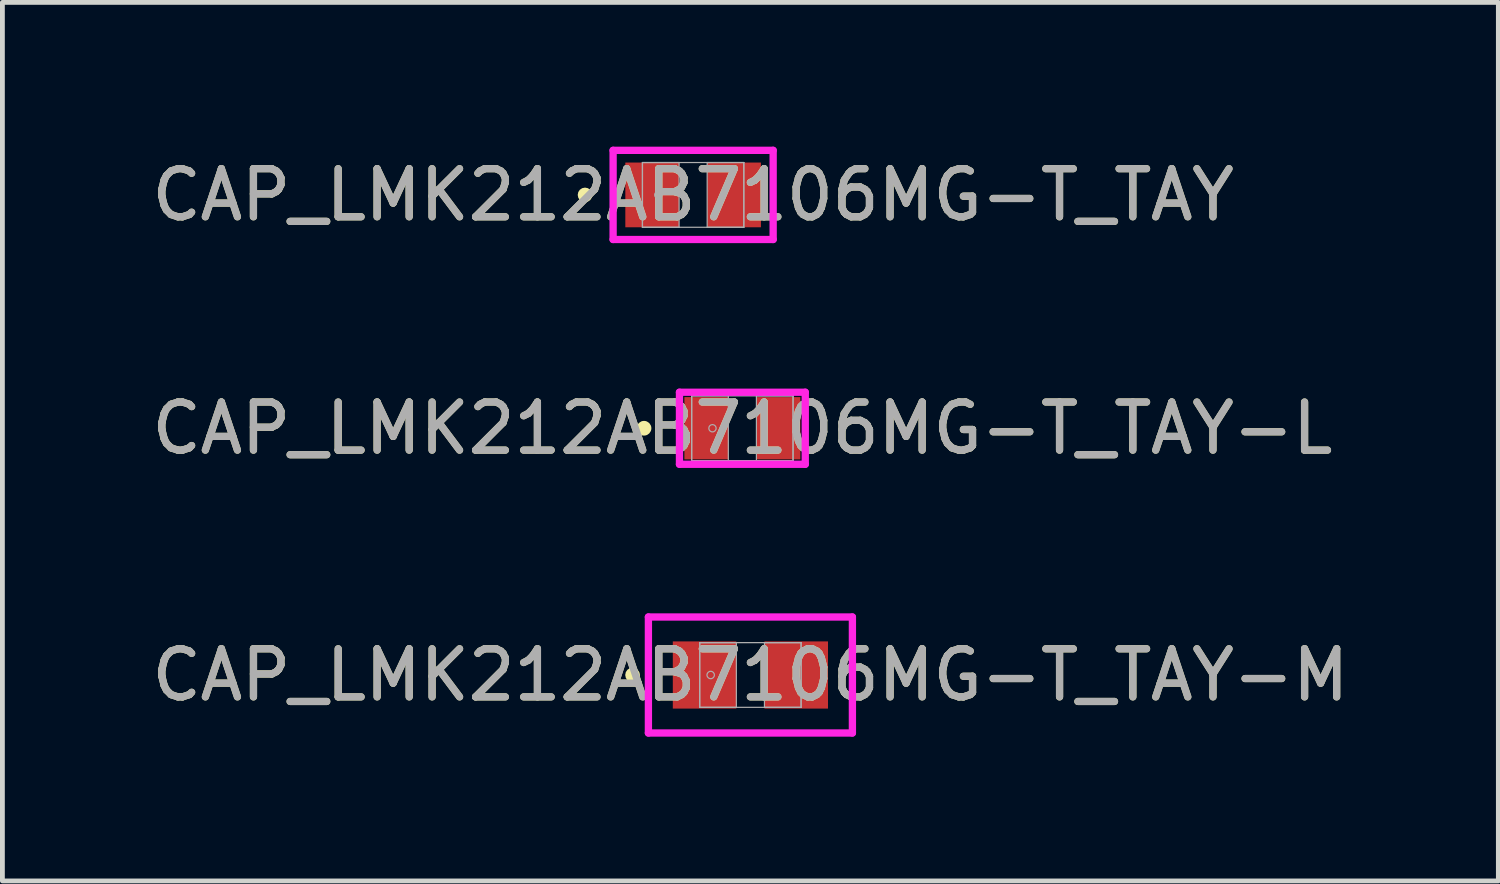
<source format=kicad_pcb>
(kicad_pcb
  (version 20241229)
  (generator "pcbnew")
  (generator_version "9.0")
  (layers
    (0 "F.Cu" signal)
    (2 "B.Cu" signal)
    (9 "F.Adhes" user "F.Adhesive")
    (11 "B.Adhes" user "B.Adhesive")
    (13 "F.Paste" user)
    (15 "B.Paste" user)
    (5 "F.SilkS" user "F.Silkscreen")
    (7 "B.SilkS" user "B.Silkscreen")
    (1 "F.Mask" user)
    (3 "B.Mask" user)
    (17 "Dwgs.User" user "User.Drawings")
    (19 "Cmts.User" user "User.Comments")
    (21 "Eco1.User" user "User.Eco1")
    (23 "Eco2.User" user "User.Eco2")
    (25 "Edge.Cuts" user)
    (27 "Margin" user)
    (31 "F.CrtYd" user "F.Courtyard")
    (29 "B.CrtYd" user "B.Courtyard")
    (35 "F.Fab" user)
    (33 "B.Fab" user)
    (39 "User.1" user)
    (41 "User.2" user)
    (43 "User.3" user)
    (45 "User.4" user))
  (footprint "CAP_LMK212AB7106MG-T_TAY"
    (layer "F.Cu")
    (at 11.363 1.003)
    (property "Reference" "CAP_LMK212AB7106MG-T_TAY" (at 0 0 0) (unlocked yes) (layer "F.SilkS") (effects (font (size 1 1) (thickness 0.15))))
    (attr smd)
    (fp_circle (center -2.248 0) (end -2.172 0) (stroke (width 0.152) (type solid)) (fill no) (layer "F.SilkS"))
    (fp_line (start -1.664 -0.927) (end 1.664 -0.927) (stroke (width 0.152) (type solid)) (layer "F.CrtYd"))
    (fp_line (start -1.664 0.927) (end -1.664 -0.927) (stroke (width 0.152) (type solid)) (layer "F.CrtYd"))
    (fp_line (start 1.664 -0.927) (end 1.664 0.927) (stroke (width 0.152) (type solid)) (layer "F.CrtYd"))
    (fp_line (start 1.664 0.927) (end -1.664 0.927) (stroke (width 0.152) (type solid)) (layer "F.CrtYd"))
    (fp_line (start -1.054 -0.673) (end -1.054 0.673) (stroke (width 0.025) (type solid)) (layer "F.Fab"))
    (fp_line (start -1.054 -0.673) (end -1.054 0.673) (stroke (width 0.025) (type solid)) (layer "F.Fab"))
    (fp_line (start -1.054 0.673) (end -0.292 0.673) (stroke (width 0.025) (type solid)) (layer "F.Fab"))
    (fp_line (start -1.054 0.673) (end 1.054 0.673) (stroke (width 0.025) (type solid)) (layer "F.Fab"))
    (fp_line (start -0.292 -0.673) (end -1.054 -0.673) (stroke (width 0.025) (type solid)) (layer "F.Fab"))
    (fp_line (start -0.292 0.673) (end -0.292 -0.673) (stroke (width 0.025) (type solid)) (layer "F.Fab"))
    (fp_line (start 0.292 -0.673) (end 0.292 0.673) (stroke (width 0.025) (type solid)) (layer "F.Fab"))
    (fp_line (start 0.292 0.673) (end 1.054 0.673) (stroke (width 0.025) (type solid)) (layer "F.Fab"))
    (fp_line (start 1.054 -0.673) (end -1.054 -0.673) (stroke (width 0.025) (type solid)) (layer "F.Fab"))
    (fp_line (start 1.054 -0.673) (end 0.292 -0.673) (stroke (width 0.025) (type solid)) (layer "F.Fab"))
    (fp_line (start 1.054 0.673) (end 1.054 -0.673) (stroke (width 0.025) (type solid)) (layer "F.Fab"))
    (fp_line (start 1.054 0.673) (end 1.054 -0.673) (stroke (width 0.025) (type solid)) (layer "F.Fab"))
    (fp_circle (center -0.724 0) (end -0.648 0) (stroke (width 0.025) (type solid)) (fill no) (layer "F.Fab"))
    (fp_text user "${REFERENCE}" (at 0 0 0) (unlocked yes) (layer "F.Fab") (effects (font (size 1 1) (thickness 0.15))))
    (pad "1" smd rect (at -0.851 0) (size 1.118 1.346) (layers "F.Cu" "F.Mask" "F.Paste"))
    (pad "2" smd rect (at 0.851 0) (size 1.118 1.346) (layers "F.Cu" "F.Mask" "F.Paste"))
    (zone (net_name "") (layer "F.Cu") (hatch full 0.508) (connect_pads) (min_thickness 0.254) (filled_areas_thickness no) (keepout (tracks not_allowed) (vias not_allowed) (pads allowed) (copperpour not_allowed) (footprints allowed)) (placement (enabled no)) (fill) (polygon (pts (xy 11.122 0.381) (xy 11.604 0.381) (xy 11.604 1.626) (xy 11.122 1.626)))))
  (footprint "CAP_LMK212AB7106MG-T_TAY-L"
    (layer "F.Cu")
    (at 12.387 5.855)
    (property "Reference" "CAP_LMK212AB7106MG-T_TAY-L" (at 0 0 0) (unlocked yes) (layer "F.SilkS") (effects (font (size 1 1) (thickness 0.15))))
    (attr smd)
    (fp_circle (center -2.045 0) (end -1.968 0) (stroke (width 0.152) (type solid)) (fill no) (layer "F.SilkS"))
    (fp_line (start -1.308 -0.749) (end 1.308 -0.749) (stroke (width 0.152) (type solid)) (layer "F.CrtYd"))
    (fp_line (start -1.308 0.749) (end -1.308 -0.749) (stroke (width 0.152) (type solid)) (layer "F.CrtYd"))
    (fp_line (start 1.308 -0.749) (end 1.308 0.749) (stroke (width 0.152) (type solid)) (layer "F.CrtYd"))
    (fp_line (start 1.308 0.749) (end -1.308 0.749) (stroke (width 0.152) (type solid)) (layer "F.CrtYd"))
    (fp_line (start -1.054 -0.673) (end -1.054 0.673) (stroke (width 0.025) (type solid)) (layer "F.Fab"))
    (fp_line (start -1.054 -0.673) (end -1.054 0.673) (stroke (width 0.025) (type solid)) (layer "F.Fab"))
    (fp_line (start -1.054 0.673) (end -0.292 0.673) (stroke (width 0.025) (type solid)) (layer "F.Fab"))
    (fp_line (start -1.054 0.673) (end 1.054 0.673) (stroke (width 0.025) (type solid)) (layer "F.Fab"))
    (fp_line (start -0.292 -0.673) (end -1.054 -0.673) (stroke (width 0.025) (type solid)) (layer "F.Fab"))
    (fp_line (start -0.292 0.673) (end -0.292 -0.673) (stroke (width 0.025) (type solid)) (layer "F.Fab"))
    (fp_line (start 0.292 -0.673) (end 0.292 0.673) (stroke (width 0.025) (type solid)) (layer "F.Fab"))
    (fp_line (start 0.292 0.673) (end 1.054 0.673) (stroke (width 0.025) (type solid)) (layer "F.Fab"))
    (fp_line (start 1.054 -0.673) (end -1.054 -0.673) (stroke (width 0.025) (type solid)) (layer "F.Fab"))
    (fp_line (start 1.054 -0.673) (end 0.292 -0.673) (stroke (width 0.025) (type solid)) (layer "F.Fab"))
    (fp_line (start 1.054 0.673) (end 1.054 -0.673) (stroke (width 0.025) (type solid)) (layer "F.Fab"))
    (fp_line (start 1.054 0.673) (end 1.054 -0.673) (stroke (width 0.025) (type solid)) (layer "F.Fab"))
    (fp_circle (center -0.622 0) (end -0.546 0) (stroke (width 0.025) (type solid)) (fill no) (layer "F.Fab"))
    (fp_text user "${REFERENCE}" (at 0 0 0) (unlocked yes) (layer "F.Fab") (effects (font (size 1 1) (thickness 0.15))))
    (pad "1" smd rect (at -0.749 0) (size 0.914 1.295) (layers "F.Cu" "F.Mask" "F.Paste"))
    (pad "2" smd rect (at 0.749 0) (size 0.914 1.295) (layers "F.Cu" "F.Mask" "F.Paste"))
    (zone (net_name "") (layer "F.Cu") (hatch full 0.508) (connect_pads) (min_thickness 0.254) (filled_areas_thickness no) (keepout (tracks not_allowed) (vias not_allowed) (pads allowed) (copperpour not_allowed) (footprints allowed)) (placement (enabled no)) (fill) (polygon (pts (xy 12.146 5.233) (xy 12.628 5.233) (xy 12.628 6.477) (xy 12.146 6.477)))))
  (footprint "CAP_LMK212AB7106MG-T_TAY-M"
    (layer "F.Cu")
    (at 12.554 10.986)
    (property "Reference" "CAP_LMK212AB7106MG-T_TAY-M" (at 0 0 0) (unlocked yes) (layer "F.SilkS") (effects (font (size 1 1) (thickness 0.15))))
    (attr smd)
    (fp_circle (center -2.451 0) (end -2.375 0) (stroke (width 0.152) (type solid)) (fill no) (layer "F.SilkS"))
    (fp_line (start -2.121 -1.206) (end 2.121 -1.206) (stroke (width 0.152) (type solid)) (layer "F.CrtYd"))
    (fp_line (start -2.121 1.206) (end -2.121 -1.206) (stroke (width 0.152) (type solid)) (layer "F.CrtYd"))
    (fp_line (start 2.121 -1.206) (end 2.121 1.206) (stroke (width 0.152) (type solid)) (layer "F.CrtYd"))
    (fp_line (start 2.121 1.206) (end -2.121 1.206) (stroke (width 0.152) (type solid)) (layer "F.CrtYd"))
    (fp_line (start -1.054 -0.673) (end -1.054 0.673) (stroke (width 0.025) (type solid)) (layer "F.Fab"))
    (fp_line (start -1.054 -0.673) (end -1.054 0.673) (stroke (width 0.025) (type solid)) (layer "F.Fab"))
    (fp_line (start -1.054 0.673) (end -0.292 0.673) (stroke (width 0.025) (type solid)) (layer "F.Fab"))
    (fp_line (start -1.054 0.673) (end 1.054 0.673) (stroke (width 0.025) (type solid)) (layer "F.Fab"))
    (fp_line (start -0.292 -0.673) (end -1.054 -0.673) (stroke (width 0.025) (type solid)) (layer "F.Fab"))
    (fp_line (start -0.292 0.673) (end -0.292 -0.673) (stroke (width 0.025) (type solid)) (layer "F.Fab"))
    (fp_line (start 0.292 -0.673) (end 0.292 0.673) (stroke (width 0.025) (type solid)) (layer "F.Fab"))
    (fp_line (start 0.292 0.673) (end 1.054 0.673) (stroke (width 0.025) (type solid)) (layer "F.Fab"))
    (fp_line (start 1.054 -0.673) (end -1.054 -0.673) (stroke (width 0.025) (type solid)) (layer "F.Fab"))
    (fp_line (start 1.054 -0.673) (end 0.292 -0.673) (stroke (width 0.025) (type solid)) (layer "F.Fab"))
    (fp_line (start 1.054 0.673) (end 1.054 -0.673) (stroke (width 0.025) (type solid)) (layer "F.Fab"))
    (fp_line (start 1.054 0.673) (end 1.054 -0.673) (stroke (width 0.025) (type solid)) (layer "F.Fab"))
    (fp_circle (center -0.826 0) (end -0.749 0) (stroke (width 0.025) (type solid)) (fill no) (layer "F.Fab"))
    (fp_text user "${REFERENCE}" (at 0 0 0) (unlocked yes) (layer "F.Fab") (effects (font (size 1 1) (thickness 0.15))))
    (pad "1" smd rect (at -0.953 0) (size 1.321 1.397) (layers "F.Cu" "F.Mask" "F.Paste"))
    (pad "2" smd rect (at 0.953 0) (size 1.321 1.397) (layers "F.Cu" "F.Mask" "F.Paste"))
    (zone (net_name "") (layer "F.Cu") (hatch full 0.508) (connect_pads) (min_thickness 0.254) (filled_areas_thickness no) (keepout (tracks not_allowed) (vias not_allowed) (pads allowed) (copperpour not_allowed) (footprints allowed)) (placement (enabled no)) (fill) (polygon (pts (xy 12.312 10.364) (xy 12.795 10.364) (xy 12.795 11.608) (xy 12.312 11.608)))))
  (gr_rect
    (start -3 -3)
    (end 28.107 15.268)
    (stroke (width 0.1) (type default))
    (fill no)
    (layer "Edge.Cuts")))
</source>
